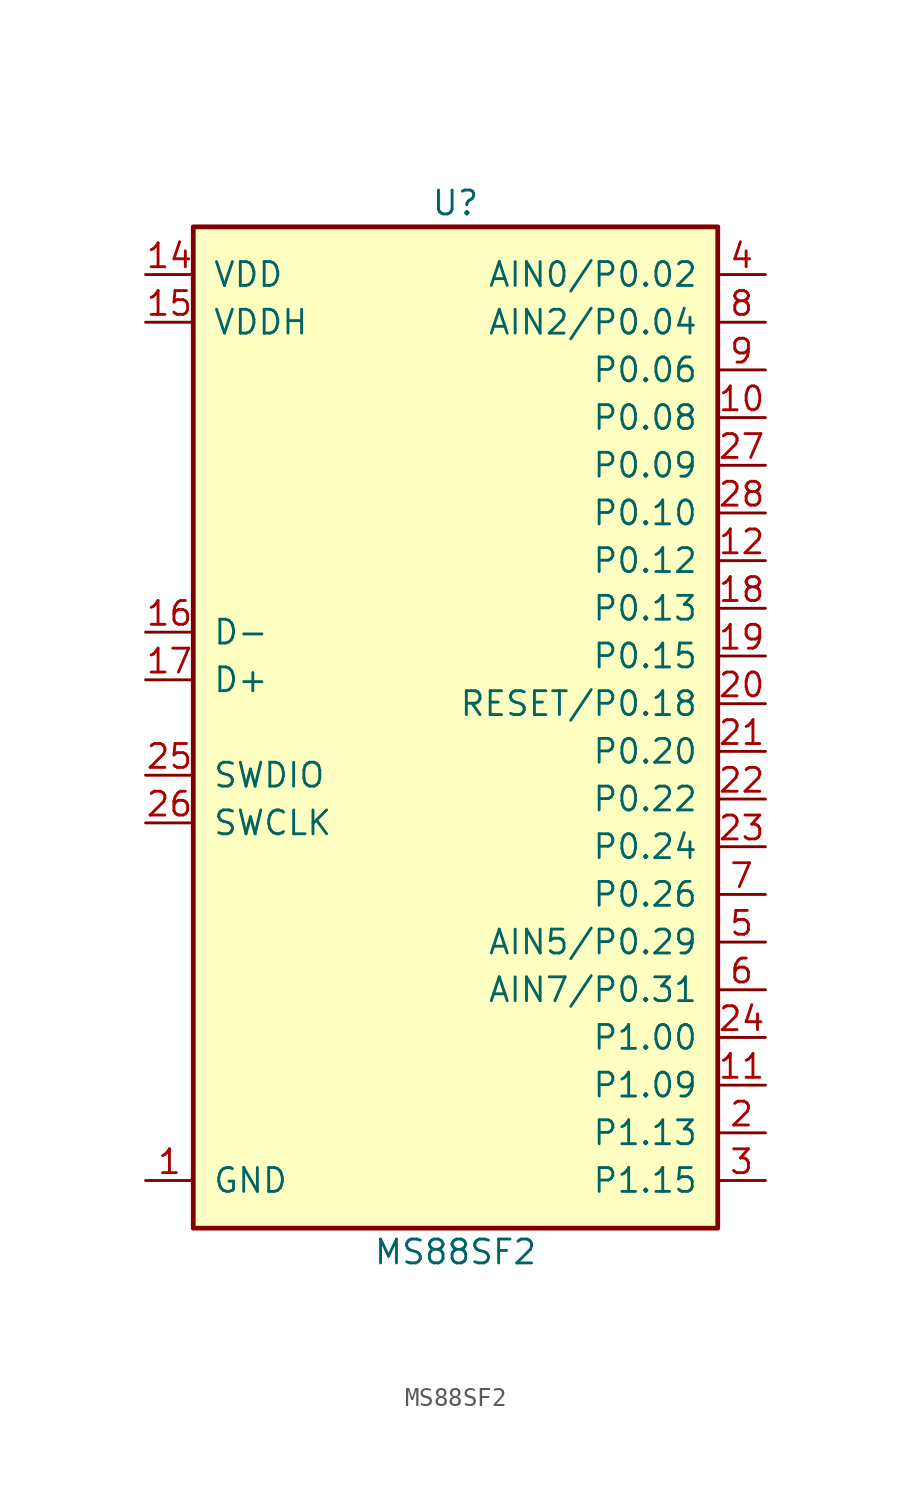
<source format=kicad_sym>
(kicad_symbol_lib
  (version 20220914)
  (generator kicad_symbol_editor)
  (symbol "MS88SF2"
    (pin_names
      (offset 1.016))
    (property "Reference" "U"
      (at 0 27.94 0)
      (effects (font (size 1.27 1.27))))
    (property "Value" "MS88SF2"
      (at 0 -27.94 0)
      (effects (font (size 1.27 1.27))))
    (symbol "MS88SF2_0_0"
      (pin bidirectional line (at -16.51 -24.13 0) (length 2.54) (name "GND" (effects (font (size 1.27 1.27)))) (number "1" (effects (font (size 1.27 1.27)))))
      (pin bidirectional line (at 16.51 16.51 180) (length 2.54) (name "P0.08" (effects (font (size 1.27 1.27)))) (number "10" (effects (font (size 1.27 1.27)))))
      (pin bidirectional line (at 16.51 -19.05 180) (length 2.54) (name "P1.09" (effects (font (size 1.27 1.27)))) (number "11" (effects (font (size 1.27 1.27)))))
      (pin bidirectional line (at 16.51 8.89 180) (length 2.54) (name "P0.12" (effects (font (size 1.27 1.27)))) (number "12" (effects (font (size 1.27 1.27)))))
      (pin bidirectional line (at -16.51 -24.13 0) (length 2.54) hide (name "GND" (effects (font (size 1.27 1.27)))) (number "13" (effects (font (size 1.27 1.27)))))
      (pin bidirectional line (at -16.51 24.13 0) (length 2.54) (name "VDD" (effects (font (size 1.27 1.27)))) (number "14" (effects (font (size 1.27 1.27)))))
      (pin bidirectional line (at -16.51 21.59 0) (length 2.54) (name "VDDH" (effects (font (size 1.27 1.27)))) (number "15" (effects (font (size 1.27 1.27)))))
      (pin bidirectional line (at -16.51 5.08 0) (length 2.54) (name "D-" (effects (font (size 1.27 1.27)))) (number "16" (effects (font (size 1.27 1.27)))))
      (pin bidirectional line (at -16.51 2.54 0) (length 2.54) (name "D+" (effects (font (size 1.27 1.27)))) (number "17" (effects (font (size 1.27 1.27)))))
      (pin bidirectional line (at 16.51 6.35 180) (length 2.54) (name "P0.13" (effects (font (size 1.27 1.27)))) (number "18" (effects (font (size 1.27 1.27)))))
      (pin bidirectional line (at 16.51 3.81 180) (length 2.54) (name "P0.15" (effects (font (size 1.27 1.27)))) (number "19" (effects (font (size 1.27 1.27)))))
      (pin bidirectional line (at 16.51 -21.59 180) (length 2.54) (name "P1.13" (effects (font (size 1.27 1.27)))) (number "2" (effects (font (size 1.27 1.27)))))
      (pin bidirectional line (at 16.51 1.27 180) (length 2.54) (name "RESET/P0.18" (effects (font (size 1.27 1.27)))) (number "20" (effects (font (size 1.27 1.27)))))
      (pin bidirectional line (at 16.51 -1.27 180) (length 2.54) (name "P0.20" (effects (font (size 1.27 1.27)))) (number "21" (effects (font (size 1.27 1.27)))))
      (pin bidirectional line (at 16.51 -3.81 180) (length 2.54) (name "P0.22" (effects (font (size 1.27 1.27)))) (number "22" (effects (font (size 1.27 1.27)))))
      (pin bidirectional line (at 16.51 -6.35 180) (length 2.54) (name "P0.24" (effects (font (size 1.27 1.27)))) (number "23" (effects (font (size 1.27 1.27)))))
      (pin bidirectional line (at 16.51 -16.51 180) (length 2.54) (name "P1.00" (effects (font (size 1.27 1.27)))) (number "24" (effects (font (size 1.27 1.27)))))
      (pin bidirectional line (at -16.51 -2.54 0) (length 2.54) (name "SWDIO" (effects (font (size 1.27 1.27)))) (number "25" (effects (font (size 1.27 1.27)))))
      (pin bidirectional line (at -16.51 -5.08 0) (length 2.54) (name "SWCLK" (effects (font (size 1.27 1.27)))) (number "26" (effects (font (size 1.27 1.27)))))
      (pin bidirectional line (at 16.51 13.97 180) (length 2.54) (name "P0.09" (effects (font (size 1.27 1.27)))) (number "27" (effects (font (size 1.27 1.27)))))
      (pin bidirectional line (at 16.51 11.43 180) (length 2.54) (name "P0.10" (effects (font (size 1.27 1.27)))) (number "28" (effects (font (size 1.27 1.27)))))
      (pin bidirectional line (at 16.51 -24.13 180) (length 2.54) (name "P1.15" (effects (font (size 1.27 1.27)))) (number "3" (effects (font (size 1.27 1.27)))))
      (pin bidirectional line (at 16.51 24.13 180) (length 2.54) (name "AIN0/P0.02" (effects (font (size 1.27 1.27)))) (number "4" (effects (font (size 1.27 1.27)))))
      (pin bidirectional line (at 16.51 -11.43 180) (length 2.54) (name "AIN5/P0.29" (effects (font (size 1.27 1.27)))) (number "5" (effects (font (size 1.27 1.27)))))
      (pin bidirectional line (at 16.51 -13.97 180) (length 2.54) (name "AIN7/P0.31" (effects (font (size 1.27 1.27)))) (number "6" (effects (font (size 1.27 1.27)))))
      (pin bidirectional line (at 16.51 -8.89 180) (length 2.54) (name "P0.26" (effects (font (size 1.27 1.27)))) (number "7" (effects (font (size 1.27 1.27)))))
      (pin bidirectional line (at 16.51 21.59 180) (length 2.54) (name "AIN2/P0.04" (effects (font (size 1.27 1.27)))) (number "8" (effects (font (size 1.27 1.27)))))
      (pin bidirectional line (at 16.51 19.05 180) (length 2.54) (name "P0.06" (effects (font (size 1.27 1.27)))) (number "9" (effects (font (size 1.27 1.27))))))
    (symbol "MS88SF2_0_1"
      (rectangle (start -13.97 26.67) (end 13.97 -26.67) (stroke (width 0.254) (type solid)) (fill (type background))))))
</source>
